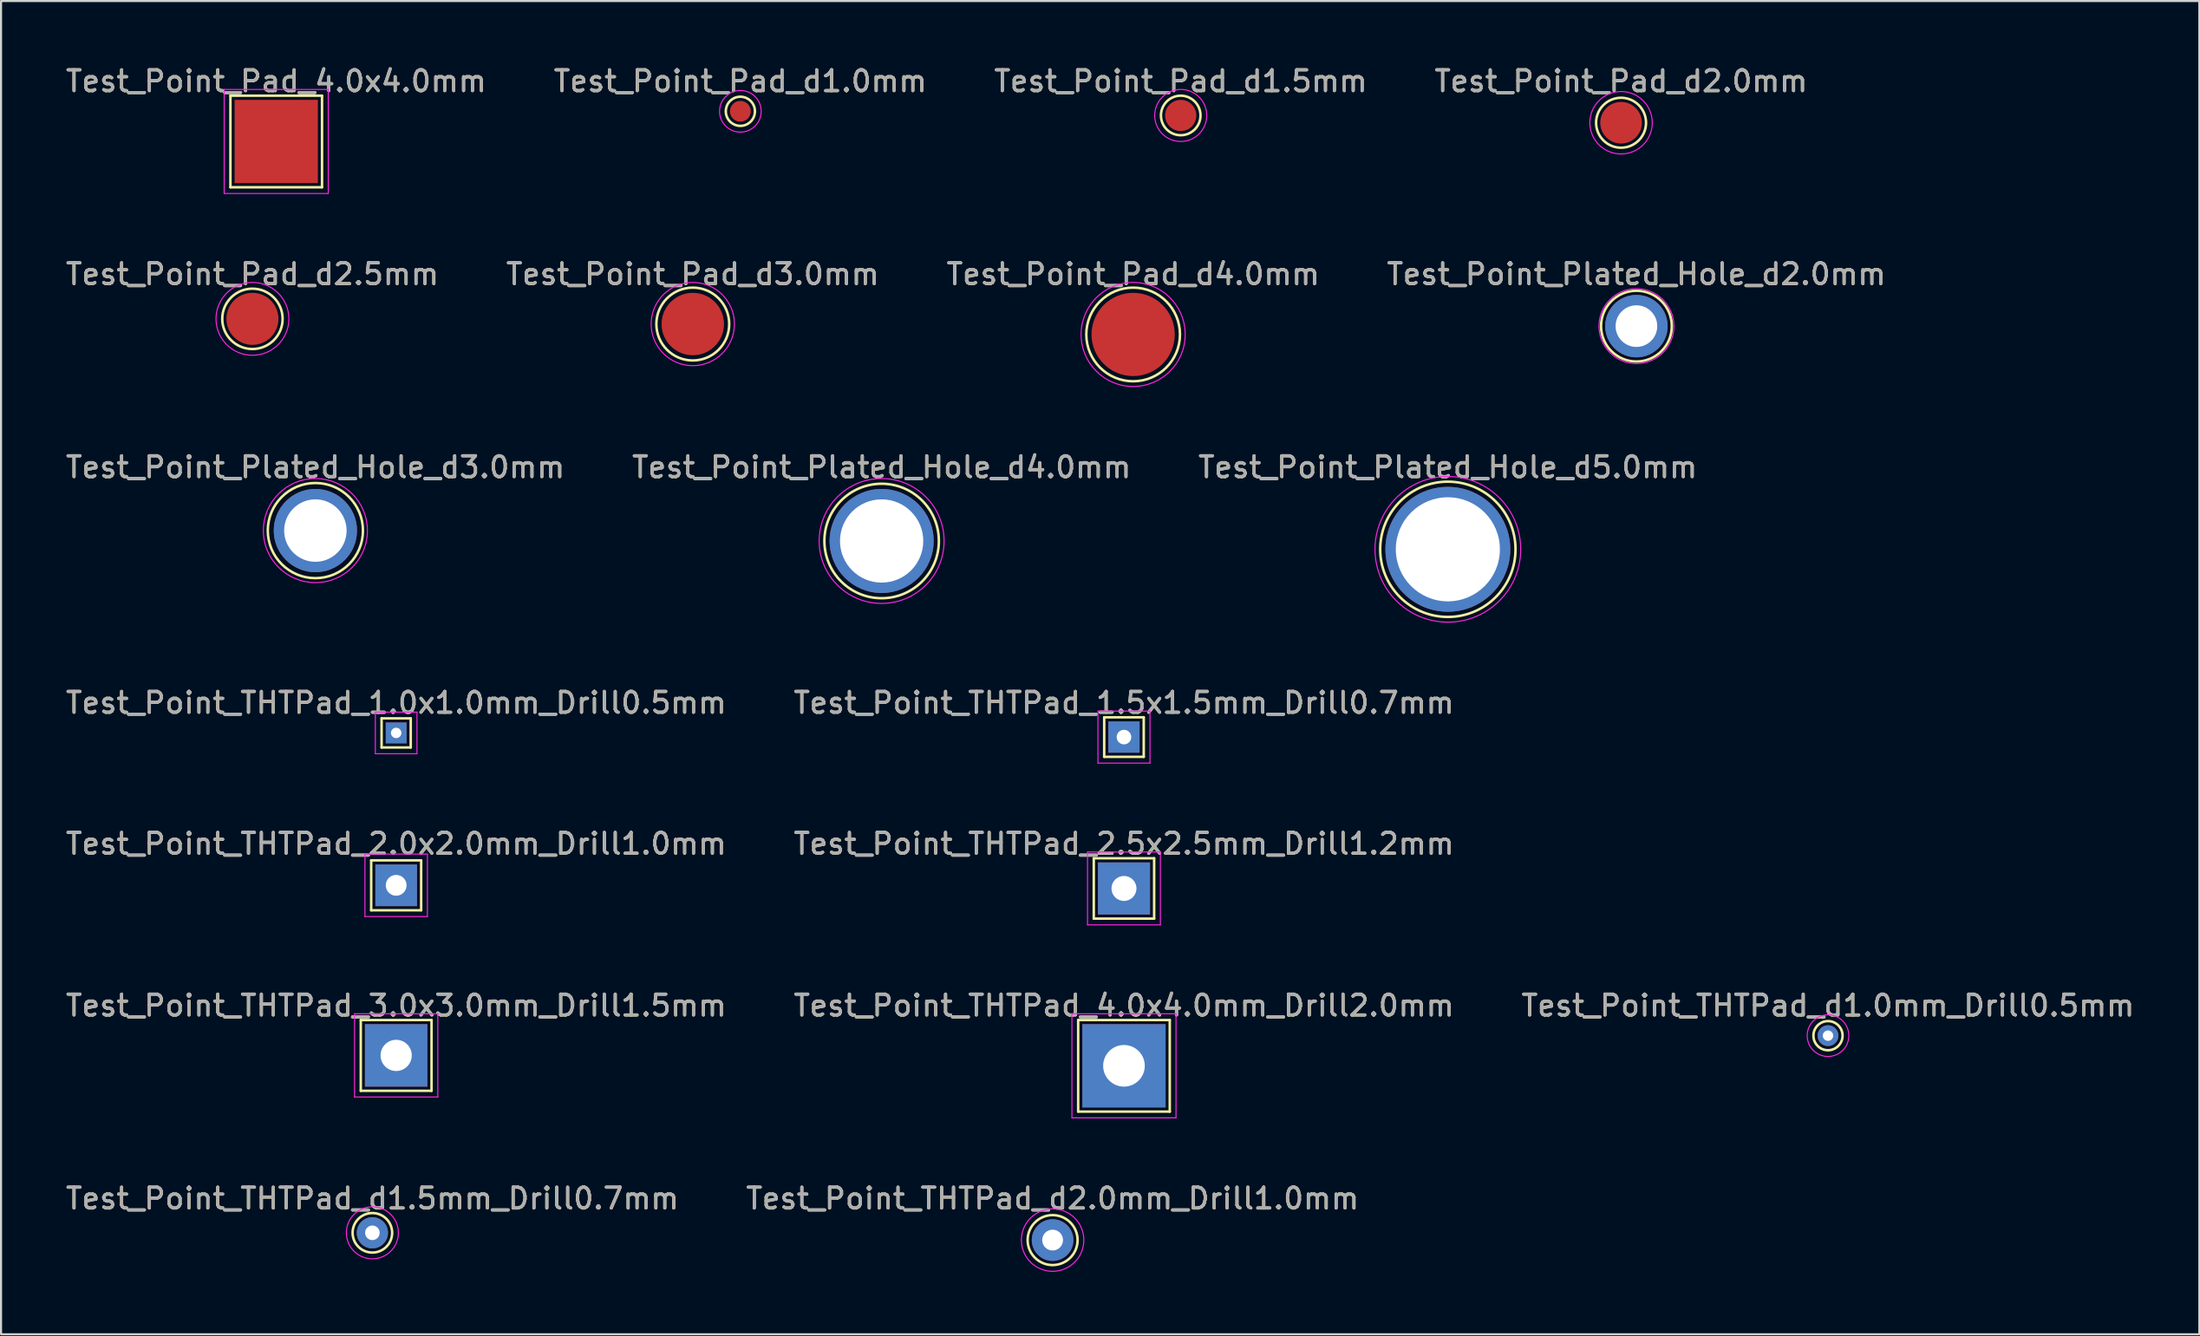
<source format=kicad_pcb>
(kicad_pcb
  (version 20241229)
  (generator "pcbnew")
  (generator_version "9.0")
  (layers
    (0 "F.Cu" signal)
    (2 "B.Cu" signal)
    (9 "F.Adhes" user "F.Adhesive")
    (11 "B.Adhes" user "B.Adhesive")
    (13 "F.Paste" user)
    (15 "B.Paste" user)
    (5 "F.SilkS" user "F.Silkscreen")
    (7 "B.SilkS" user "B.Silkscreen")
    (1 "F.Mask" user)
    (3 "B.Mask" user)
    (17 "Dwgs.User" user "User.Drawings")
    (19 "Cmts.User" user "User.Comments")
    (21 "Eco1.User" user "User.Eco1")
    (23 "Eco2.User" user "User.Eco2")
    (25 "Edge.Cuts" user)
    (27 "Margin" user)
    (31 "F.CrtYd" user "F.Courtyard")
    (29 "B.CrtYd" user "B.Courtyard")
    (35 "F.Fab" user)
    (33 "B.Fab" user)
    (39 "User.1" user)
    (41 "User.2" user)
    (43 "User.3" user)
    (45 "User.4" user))
  (footprint "Test_Point_Plated_Hole_d2.0mm"
    (layer "F.Cu")
    (at 75.565 12.621)
    (property "Reference" "Test_Point_Plated_Hole_d2.0mm" (at 0 -2.498 0) (layer "F.SilkS") (effects (font (size 1 1) (thickness 0.15))))
    (attr exclude_from_pos_files exclude_from_bom)
    (fp_circle (center 0 0) (end 0 -1.7) (stroke (width 0.12) (type solid)) (fill no) (layer "F.SilkS"))
    (fp_circle (center 0 0) (end 1.8 0) (stroke (width 0.05) (type solid)) (fill no) (layer "F.CrtYd"))
    (fp_text user "${REFERENCE}" (at 0 -2.5 0) (layer "F.Fab") (effects (font (size 1 1) (thickness 0.15))))
    (pad "1" thru_hole circle (at 0 0) (size 3 3) (drill 2) (layers "*.Cu" "*.Mask")))
  (footprint "Test_Point_THTPad_1.0x1.0mm_Drill0.5mm"
    (layer "F.Cu")
    (at 15.982 32.168)
    (property "Reference" "Test_Point_THTPad_1.0x1.0mm_Drill0.5mm" (at 0 -1.448 0) (layer "F.SilkS") (effects (font (size 1 1) (thickness 0.15))))
    (attr exclude_from_pos_files exclude_from_bom)
    (fp_line (start -0.7 -0.7) (end 0.7 -0.7) (stroke (width 0.12) (type solid)) (layer "F.SilkS"))
    (fp_line (start -0.7 0.7) (end -0.7 -0.7) (stroke (width 0.12) (type solid)) (layer "F.SilkS"))
    (fp_line (start 0.7 -0.7) (end 0.7 0.7) (stroke (width 0.12) (type solid)) (layer "F.SilkS"))
    (fp_line (start 0.7 0.7) (end -0.7 0.7) (stroke (width 0.12) (type solid)) (layer "F.SilkS"))
    (fp_line (start -1 -1) (end -1 1) (stroke (width 0.05) (type solid)) (layer "F.CrtYd"))
    (fp_line (start -1 -1) (end 1 -1) (stroke (width 0.05) (type solid)) (layer "F.CrtYd"))
    (fp_line (start 1 1) (end -1 1) (stroke (width 0.05) (type solid)) (layer "F.CrtYd"))
    (fp_line (start 1 1) (end 1 -1) (stroke (width 0.05) (type solid)) (layer "F.CrtYd"))
    (fp_text user "${REFERENCE}" (at 0 -1.45 0) (layer "F.Fab") (effects (font (size 1 1) (thickness 0.15))))
    (pad "" np_thru_hole rect (at 0 0) (size 1 1) (drill 0.5) (layers "*.Cu" "*.Mask")))
  (footprint "Test_Point_Pad_d2.0mm"
    (layer "F.Cu")
    (at 74.827 2.848)
    (property "Reference" "Test_Point_Pad_d2.0mm" (at 0 -1.998 0) (layer "F.SilkS") (effects (font (size 1 1) (thickness 0.15))))
    (attr exclude_from_pos_files exclude_from_bom)
    (fp_circle (center 0 0) (end 0 1.2) (stroke (width 0.12) (type solid)) (fill no) (layer "F.SilkS"))
    (fp_circle (center 0 0) (end 1.5 0) (stroke (width 0.05) (type solid)) (fill no) (layer "F.CrtYd"))
    (fp_text user "${REFERENCE}" (at 0 -2 0) (layer "F.Fab") (effects (font (size 1 1) (thickness 0.15))))
    (pad "1" smd circle (at 0 0) (size 2 2) (layers "F.Cu" "F.Mask")))
  (footprint "Test_Point_Pad_d4.0mm"
    (layer "F.Cu")
    (at 51.387 13.021)
    (property "Reference" "Test_Point_Pad_d4.0mm" (at 0 -2.898 0) (layer "F.SilkS") (effects (font (size 1 1) (thickness 0.15))))
    (attr exclude_from_pos_files exclude_from_bom)
    (fp_circle (center 0 0) (end 0 2.25) (stroke (width 0.12) (type solid)) (fill no) (layer "F.SilkS"))
    (fp_circle (center 0 0) (end 2.5 0) (stroke (width 0.05) (type solid)) (fill no) (layer "F.CrtYd"))
    (fp_text user "${REFERENCE}" (at 0 -2.9 0) (layer "F.Fab") (effects (font (size 1 1) (thickness 0.15))))
    (pad "1" smd circle (at 0 0) (size 4 4) (layers "F.Cu" "F.Mask")))
  (footprint "Test_Point_Pad_d3.0mm"
    (layer "F.Cu")
    (at 30.232 12.521)
    (property "Reference" "Test_Point_Pad_d3.0mm" (at 0 -2.398 0) (layer "F.SilkS") (effects (font (size 1 1) (thickness 0.15))))
    (attr exclude_from_pos_files exclude_from_bom)
    (fp_circle (center 0 0) (end 0 1.75) (stroke (width 0.12) (type solid)) (fill no) (layer "F.SilkS"))
    (fp_circle (center 0 0) (end 2 0) (stroke (width 0.05) (type solid)) (fill no) (layer "F.CrtYd"))
    (fp_text user "${REFERENCE}" (at 0 -2.4 0) (layer "F.Fab") (effects (font (size 1 1) (thickness 0.15))))
    (pad "1" smd circle (at 0 0) (size 3 3) (layers "F.Cu" "F.Mask")))
  (footprint "Test_Point_Pad_d1.5mm"
    (layer "F.Cu")
    (at 53.673 2.498)
    (property "Reference" "Test_Point_Pad_d1.5mm" (at 0 -1.648 0) (layer "F.SilkS") (effects (font (size 1 1) (thickness 0.15))))
    (attr exclude_from_pos_files exclude_from_bom)
    (fp_circle (center 0 0) (end 0 0.95) (stroke (width 0.12) (type solid)) (fill no) (layer "F.SilkS"))
    (fp_circle (center 0 0) (end 1.25 0) (stroke (width 0.05) (type solid)) (fill no) (layer "F.CrtYd"))
    (fp_text user "${REFERENCE}" (at 0 -1.65 0) (layer "F.Fab") (effects (font (size 1 1) (thickness 0.15))))
    (pad "1" smd circle (at 0 0) (size 1.5 1.5) (layers "F.Cu" "F.Mask")))
  (footprint "Test_Point_THTPad_4.0x4.0mm_Drill2.0mm"
    (layer "F.Cu")
    (at 50.946 48.164)
    (property "Reference" "Test_Point_THTPad_4.0x4.0mm_Drill2.0mm" (at 0 -2.898 0) (layer "F.SilkS") (effects (font (size 1 1) (thickness 0.15))))
    (attr exclude_from_pos_files exclude_from_bom)
    (fp_line (start -2.2 -2.2) (end 2.2 -2.2) (stroke (width 0.12) (type solid)) (layer "F.SilkS"))
    (fp_line (start -2.2 2.2) (end -2.2 -2.2) (stroke (width 0.12) (type solid)) (layer "F.SilkS"))
    (fp_line (start 2.2 -2.2) (end 2.2 2.2) (stroke (width 0.12) (type solid)) (layer "F.SilkS"))
    (fp_line (start 2.2 2.2) (end -2.2 2.2) (stroke (width 0.12) (type solid)) (layer "F.SilkS"))
    (fp_line (start -2.5 -2.5) (end -2.5 2.5) (stroke (width 0.05) (type solid)) (layer "F.CrtYd"))
    (fp_line (start -2.5 -2.5) (end 2.5 -2.5) (stroke (width 0.05) (type solid)) (layer "F.CrtYd"))
    (fp_line (start 2.5 2.5) (end -2.5 2.5) (stroke (width 0.05) (type solid)) (layer "F.CrtYd"))
    (fp_line (start 2.5 2.5) (end 2.5 -2.5) (stroke (width 0.05) (type solid)) (layer "F.CrtYd"))
    (fp_text user "${REFERENCE}" (at 0 -2.9 0) (layer "F.Fab") (effects (font (size 1 1) (thickness 0.15))))
    (pad "" np_thru_hole rect (at 0 0) (size 4 4) (drill 2) (layers "*.Cu" "*.Mask")))
  (footprint "Test_Point_THTPad_2.0x2.0mm_Drill1.0mm"
    (layer "F.Cu")
    (at 15.982 39.491)
    (property "Reference" "Test_Point_THTPad_2.0x2.0mm_Drill1.0mm" (at 0 -1.998 0) (layer "F.SilkS") (effects (font (size 1 1) (thickness 0.15))))
    (attr exclude_from_pos_files exclude_from_bom)
    (fp_line (start -1.2 -1.2) (end 1.2 -1.2) (stroke (width 0.12) (type solid)) (layer "F.SilkS"))
    (fp_line (start -1.2 1.2) (end -1.2 -1.2) (stroke (width 0.12) (type solid)) (layer "F.SilkS"))
    (fp_line (start 1.2 -1.2) (end 1.2 1.2) (stroke (width 0.12) (type solid)) (layer "F.SilkS"))
    (fp_line (start 1.2 1.2) (end -1.2 1.2) (stroke (width 0.12) (type solid)) (layer "F.SilkS"))
    (fp_line (start -1.5 -1.5) (end -1.5 1.5) (stroke (width 0.05) (type solid)) (layer "F.CrtYd"))
    (fp_line (start -1.5 -1.5) (end 1.5 -1.5) (stroke (width 0.05) (type solid)) (layer "F.CrtYd"))
    (fp_line (start 1.5 1.5) (end -1.5 1.5) (stroke (width 0.05) (type solid)) (layer "F.CrtYd"))
    (fp_line (start 1.5 1.5) (end 1.5 -1.5) (stroke (width 0.05) (type solid)) (layer "F.CrtYd"))
    (fp_text user "${REFERENCE}" (at 0 -2 0) (layer "F.Fab") (effects (font (size 1 1) (thickness 0.15))))
    (pad "" np_thru_hole rect (at 0 0) (size 2 2) (drill 1) (layers "*.Cu" "*.Mask")))
  (footprint "Test_Point_Pad_d2.5mm"
    (layer "F.Cu")
    (at 9.077 12.271)
    (property "Reference" "Test_Point_Pad_d2.5mm" (at 0 -2.148 0) (layer "F.SilkS") (effects (font (size 1 1) (thickness 0.15))))
    (attr exclude_from_pos_files exclude_from_bom)
    (fp_circle (center 0 0) (end 0 1.45) (stroke (width 0.12) (type solid)) (fill no) (layer "F.SilkS"))
    (fp_circle (center 0 0) (end 1.75 0) (stroke (width 0.05) (type solid)) (fill no) (layer "F.CrtYd"))
    (fp_text user "${REFERENCE}" (at 0 -2.15 0) (layer "F.Fab") (effects (font (size 1 1) (thickness 0.15))))
    (pad "1" smd circle (at 0 0) (size 2.5 2.5) (layers "F.Cu" "F.Mask")))
  (footprint "Test_Point_THTPad_d1.0mm_Drill0.5mm"
    (layer "F.Cu")
    (at 84.768 46.715)
    (property "Reference" "Test_Point_THTPad_d1.0mm_Drill0.5mm" (at 0 -1.448 0) (layer "F.SilkS") (effects (font (size 1 1) (thickness 0.15))))
    (attr exclude_from_pos_files exclude_from_bom)
    (fp_circle (center 0 0) (end 0 0.7) (stroke (width 0.12) (type solid)) (fill no) (layer "F.SilkS"))
    (fp_circle (center 0 0) (end 1 0) (stroke (width 0.05) (type solid)) (fill no) (layer "F.CrtYd"))
    (fp_text user "${REFERENCE}" (at 0 -1.45 0) (layer "F.Fab") (effects (font (size 1 1) (thickness 0.15))))
    (pad "" np_thru_hole circle (at 0 0) (size 1 1) (drill 0.5) (layers "*.Cu" "*.Mask")))
  (footprint "Test_Point_THTPad_d2.0mm_Drill1.0mm"
    (layer "F.Cu")
    (at 47.518 56.538)
    (property "Reference" "Test_Point_THTPad_d2.0mm_Drill1.0mm" (at 0 -1.998 0) (layer "F.SilkS") (effects (font (size 1 1) (thickness 0.15))))
    (attr exclude_from_pos_files exclude_from_bom)
    (fp_circle (center 0 0) (end 0 1.2) (stroke (width 0.12) (type solid)) (fill no) (layer "F.SilkS"))
    (fp_circle (center 0 0) (end 1.5 0) (stroke (width 0.05) (type solid)) (fill no) (layer "F.CrtYd"))
    (fp_text user "${REFERENCE}" (at 0 -2 0) (layer "F.Fab") (effects (font (size 1 1) (thickness 0.15))))
    (pad "" np_thru_hole circle (at 0 0) (size 2 2) (drill 1) (layers "*.Cu" "*.Mask")))
  (footprint "Test_Point_Plated_Hole_d5.0mm"
    (layer "F.Cu")
    (at 66.506 23.345)
    (property "Reference" "Test_Point_Plated_Hole_d5.0mm" (at 0 -3.948 0) (layer "F.SilkS") (effects (font (size 1 1) (thickness 0.15))))
    (attr exclude_from_pos_files exclude_from_bom)
    (fp_circle (center 0 0) (end 0 3.25) (stroke (width 0.12) (type solid)) (fill no) (layer "F.SilkS"))
    (fp_circle (center 0 0) (end 3.5 0) (stroke (width 0.05) (type solid)) (fill no) (layer "F.CrtYd"))
    (fp_text user "${REFERENCE}" (at 0 -3.95 0) (layer "F.Fab") (effects (font (size 1 1) (thickness 0.15))))
    (pad "1" thru_hole circle (at 0 0) (size 6 6) (drill 5) (layers "*.Cu" "*.Mask")))
  (footprint "Test_Point_THTPad_1.5x1.5mm_Drill0.7mm"
    (layer "F.Cu")
    (at 50.946 32.368)
    (property "Reference" "Test_Point_THTPad_1.5x1.5mm_Drill0.7mm" (at 0 -1.648 0) (layer "F.SilkS") (effects (font (size 1 1) (thickness 0.15))))
    (attr exclude_from_pos_files exclude_from_bom)
    (fp_line (start -0.95 -0.95) (end 0.95 -0.95) (stroke (width 0.12) (type solid)) (layer "F.SilkS"))
    (fp_line (start -0.95 0.95) (end -0.95 -0.95) (stroke (width 0.12) (type solid)) (layer "F.SilkS"))
    (fp_line (start 0.95 -0.95) (end 0.95 0.95) (stroke (width 0.12) (type solid)) (layer "F.SilkS"))
    (fp_line (start 0.95 0.95) (end -0.95 0.95) (stroke (width 0.12) (type solid)) (layer "F.SilkS"))
    (fp_line (start -1.25 -1.25) (end -1.25 1.25) (stroke (width 0.05) (type solid)) (layer "F.CrtYd"))
    (fp_line (start -1.25 -1.25) (end 1.25 -1.25) (stroke (width 0.05) (type solid)) (layer "F.CrtYd"))
    (fp_line (start 1.25 1.25) (end -1.25 1.25) (stroke (width 0.05) (type solid)) (layer "F.CrtYd"))
    (fp_line (start 1.25 1.25) (end 1.25 -1.25) (stroke (width 0.05) (type solid)) (layer "F.CrtYd"))
    (fp_text user "${REFERENCE}" (at 0 -1.65 0) (layer "F.Fab") (effects (font (size 1 1) (thickness 0.15))))
    (pad "" np_thru_hole rect (at 0 0) (size 1.5 1.5) (drill 0.7) (layers "*.Cu" "*.Mask")))
  (footprint "Test_Point_THTPad_2.5x2.5mm_Drill1.2mm"
    (layer "F.Cu")
    (at 50.946 39.641)
    (property "Reference" "Test_Point_THTPad_2.5x2.5mm_Drill1.2mm" (at 0 -2.148 0) (layer "F.SilkS") (effects (font (size 1 1) (thickness 0.15))))
    (attr exclude_from_pos_files exclude_from_bom)
    (fp_line (start -1.45 -1.45) (end 1.45 -1.45) (stroke (width 0.12) (type solid)) (layer "F.SilkS"))
    (fp_line (start -1.45 1.45) (end -1.45 -1.45) (stroke (width 0.12) (type solid)) (layer "F.SilkS"))
    (fp_line (start 1.45 -1.45) (end 1.45 1.45) (stroke (width 0.12) (type solid)) (layer "F.SilkS"))
    (fp_line (start 1.45 1.45) (end -1.45 1.45) (stroke (width 0.12) (type solid)) (layer "F.SilkS"))
    (fp_line (start -1.75 -1.75) (end -1.75 1.75) (stroke (width 0.05) (type solid)) (layer "F.CrtYd"))
    (fp_line (start -1.75 -1.75) (end 1.75 -1.75) (stroke (width 0.05) (type solid)) (layer "F.CrtYd"))
    (fp_line (start 1.75 1.75) (end -1.75 1.75) (stroke (width 0.05) (type solid)) (layer "F.CrtYd"))
    (fp_line (start 1.75 1.75) (end 1.75 -1.75) (stroke (width 0.05) (type solid)) (layer "F.CrtYd"))
    (fp_text user "${REFERENCE}" (at 0 -2.15 0) (layer "F.Fab") (effects (font (size 1 1) (thickness 0.15))))
    (pad "" np_thru_hole rect (at 0 0) (size 2.5 2.5) (drill 1.2) (layers "*.Cu" "*.Mask")))
  (footprint "Test_Point_Pad_4.0x4.0mm"
    (layer "F.Cu")
    (at 10.22 3.748)
    (property "Reference" "Test_Point_Pad_4.0x4.0mm" (at 0 -2.898 0) (layer "F.SilkS") (effects (font (size 1 1) (thickness 0.15))))
    (attr exclude_from_pos_files exclude_from_bom)
    (fp_line (start -2.2 -2.2) (end 2.2 -2.2) (stroke (width 0.12) (type solid)) (layer "F.SilkS"))
    (fp_line (start -2.2 2.2) (end -2.2 -2.2) (stroke (width 0.12) (type solid)) (layer "F.SilkS"))
    (fp_line (start 2.2 -2.2) (end 2.2 2.2) (stroke (width 0.12) (type solid)) (layer "F.SilkS"))
    (fp_line (start 2.2 2.2) (end -2.2 2.2) (stroke (width 0.12) (type solid)) (layer "F.SilkS"))
    (fp_line (start -2.5 -2.5) (end -2.5 2.5) (stroke (width 0.05) (type solid)) (layer "F.CrtYd"))
    (fp_line (start -2.5 -2.5) (end 2.5 -2.5) (stroke (width 0.05) (type solid)) (layer "F.CrtYd"))
    (fp_line (start 2.5 2.5) (end -2.5 2.5) (stroke (width 0.05) (type solid)) (layer "F.CrtYd"))
    (fp_line (start 2.5 2.5) (end 2.5 -2.5) (stroke (width 0.05) (type solid)) (layer "F.CrtYd"))
    (fp_text user "${REFERENCE}" (at 0 -2.9 0) (layer "F.Fab") (effects (font (size 1 1) (thickness 0.15))))
    (pad "1" smd rect (at 0 0) (size 4 4) (layers "F.Cu" "F.Mask")))
  (footprint "Test_Point_THTPad_d1.5mm_Drill0.7mm"
    (layer "F.Cu")
    (at 14.839 56.188)
    (property "Reference" "Test_Point_THTPad_d1.5mm_Drill0.7mm" (at 0 -1.648 0) (layer "F.SilkS") (effects (font (size 1 1) (thickness 0.15))))
    (attr exclude_from_pos_files exclude_from_bom)
    (fp_circle (center 0 0) (end 0 0.95) (stroke (width 0.12) (type solid)) (fill no) (layer "F.SilkS"))
    (fp_circle (center 0 0) (end 1.25 0) (stroke (width 0.05) (type solid)) (fill no) (layer "F.CrtYd"))
    (fp_text user "${REFERENCE}" (at 0 -1.65 0) (layer "F.Fab") (effects (font (size 1 1) (thickness 0.15))))
    (pad "" np_thru_hole circle (at 0 0) (size 1.5 1.5) (drill 0.7) (layers "*.Cu" "*.Mask")))
  (footprint "Test_Point_THTPad_3.0x3.0mm_Drill1.5mm"
    (layer "F.Cu")
    (at 15.982 47.664)
    (property "Reference" "Test_Point_THTPad_3.0x3.0mm_Drill1.5mm" (at 0 -2.398 0) (layer "F.SilkS") (effects (font (size 1 1) (thickness 0.15))))
    (attr exclude_from_pos_files exclude_from_bom)
    (fp_line (start -1.7 -1.7) (end 1.7 -1.7) (stroke (width 0.12) (type solid)) (layer "F.SilkS"))
    (fp_line (start -1.7 1.7) (end -1.7 -1.7) (stroke (width 0.12) (type solid)) (layer "F.SilkS"))
    (fp_line (start 1.7 -1.7) (end 1.7 1.7) (stroke (width 0.12) (type solid)) (layer "F.SilkS"))
    (fp_line (start 1.7 1.7) (end -1.7 1.7) (stroke (width 0.12) (type solid)) (layer "F.SilkS"))
    (fp_line (start -2 -2) (end -2 2) (stroke (width 0.05) (type solid)) (layer "F.CrtYd"))
    (fp_line (start -2 -2) (end 2 -2) (stroke (width 0.05) (type solid)) (layer "F.CrtYd"))
    (fp_line (start 2 2) (end -2 2) (stroke (width 0.05) (type solid)) (layer "F.CrtYd"))
    (fp_line (start 2 2) (end 2 -2) (stroke (width 0.05) (type solid)) (layer "F.CrtYd"))
    (fp_text user "${REFERENCE}" (at 0 -2.4 0) (layer "F.Fab") (effects (font (size 1 1) (thickness 0.15))))
    (pad "" np_thru_hole rect (at 0 0) (size 3 3) (drill 1.5) (layers "*.Cu" "*.Mask")))
  (footprint "Test_Point_Plated_Hole_d3.0mm"
    (layer "F.Cu")
    (at 12.101 22.445)
    (property "Reference" "Test_Point_Plated_Hole_d3.0mm" (at 0 -3.048 0) (layer "F.SilkS") (effects (font (size 1 1) (thickness 0.15))))
    (attr exclude_from_pos_files exclude_from_bom)
    (fp_circle (center 0 0) (end 0 -2.286) (stroke (width 0.12) (type solid)) (fill no) (layer "F.SilkS"))
    (fp_circle (center 0 0) (end 2.5 0) (stroke (width 0.05) (type solid)) (fill no) (layer "F.CrtYd"))
    (fp_text user "${REFERENCE}" (at 0 -3.05 0) (layer "F.Fab") (effects (font (size 1 1) (thickness 0.15))))
    (pad "1" thru_hole circle (at 0 0) (size 4 4) (drill 3) (layers "*.Cu" "*.Mask")))
  (footprint "Test_Point_Pad_d1.0mm"
    (layer "F.Cu")
    (at 32.518 2.298)
    (property "Reference" "Test_Point_Pad_d1.0mm" (at 0 -1.448 0) (layer "F.SilkS") (effects (font (size 1 1) (thickness 0.15))))
    (attr exclude_from_pos_files exclude_from_bom)
    (fp_circle (center 0 0) (end 0 0.7) (stroke (width 0.12) (type solid)) (fill no) (layer "F.SilkS"))
    (fp_circle (center 0 0) (end 1 0) (stroke (width 0.05) (type solid)) (fill no) (layer "F.CrtYd"))
    (fp_text user "${REFERENCE}" (at 0 -1.45 0) (layer "F.Fab") (effects (font (size 1 1) (thickness 0.15))))
    (pad "1" smd circle (at 0 0) (size 1 1) (layers "F.Cu" "F.Mask")))
  (footprint "Test_Point_Plated_Hole_d4.0mm"
    (layer "F.Cu")
    (at 39.304 22.945)
    (property "Reference" "Test_Point_Plated_Hole_d4.0mm" (at 0 -3.548 0) (layer "F.SilkS") (effects (font (size 1 1) (thickness 0.15))))
    (attr exclude_from_pos_files exclude_from_bom)
    (fp_circle (center 0 0) (end 0 2.75) (stroke (width 0.12) (type solid)) (fill no) (layer "F.SilkS"))
    (fp_circle (center 0 0) (end 3 0) (stroke (width 0.05) (type solid)) (fill no) (layer "F.CrtYd"))
    (fp_text user "${REFERENCE}" (at 0 -3.55 0) (layer "F.Fab") (effects (font (size 1 1) (thickness 0.15))))
    (pad "1" thru_hole circle (at 0 0) (size 5 5) (drill 4) (layers "*.Cu" "*.Mask")))
  (gr_rect
    (start -3 -3)
    (end 102.607 61.063)
    (stroke (width 0.1) (type default))
    (fill no)
    (layer "Edge.Cuts")))
</source>
